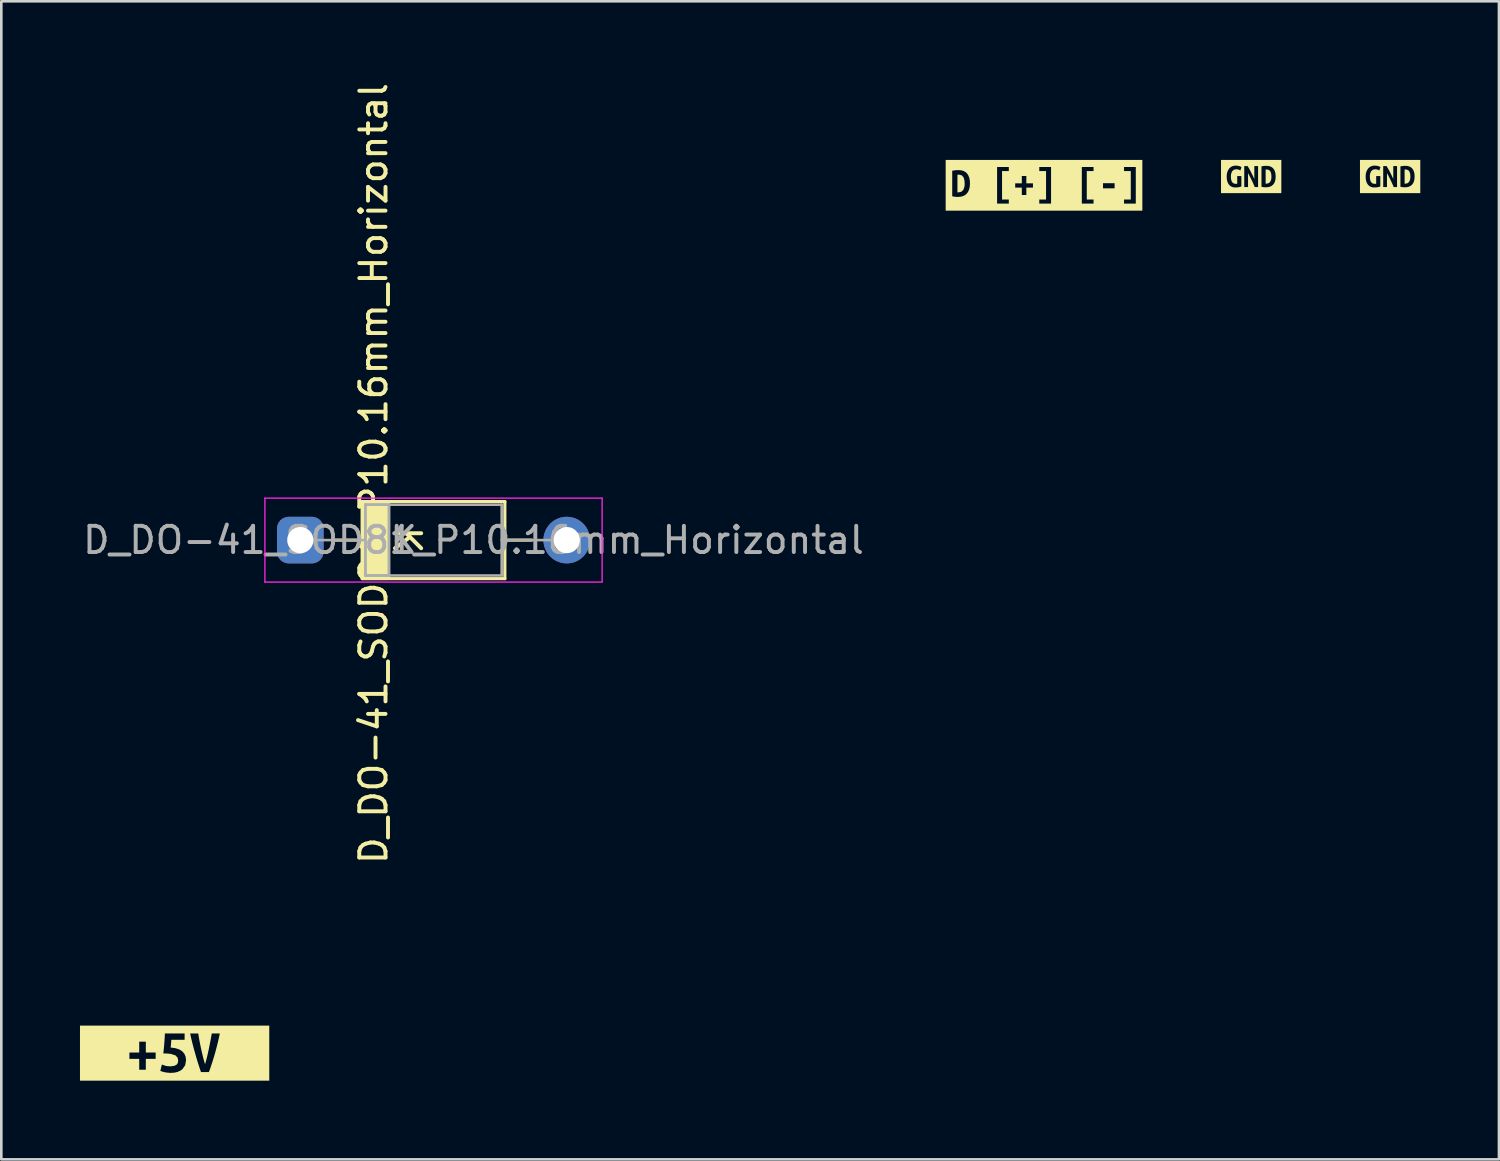
<source format=kicad_pcb>
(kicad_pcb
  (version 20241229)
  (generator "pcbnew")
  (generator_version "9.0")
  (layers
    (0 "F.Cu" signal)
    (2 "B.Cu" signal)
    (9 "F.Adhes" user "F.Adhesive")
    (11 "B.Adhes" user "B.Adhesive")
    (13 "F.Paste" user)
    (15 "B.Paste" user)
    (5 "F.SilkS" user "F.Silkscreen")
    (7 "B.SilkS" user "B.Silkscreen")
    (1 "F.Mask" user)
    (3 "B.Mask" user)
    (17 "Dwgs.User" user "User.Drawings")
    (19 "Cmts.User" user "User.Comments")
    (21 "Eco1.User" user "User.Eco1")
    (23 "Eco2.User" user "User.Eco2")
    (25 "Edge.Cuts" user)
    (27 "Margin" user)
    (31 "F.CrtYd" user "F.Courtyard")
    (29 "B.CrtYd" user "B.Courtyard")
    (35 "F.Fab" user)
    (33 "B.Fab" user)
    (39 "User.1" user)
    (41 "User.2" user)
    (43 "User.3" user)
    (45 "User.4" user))
  (footprint "kibuzzard-67A1FD26"
    (layer "F.Cu")
    (at 36.762 4.016)
    (property "Reference" "kibuzzard-67A1FD26" (at 0 -4.015 0) (layer "F.SilkS") (effects (font (size 0.001 0.001) (thickness 0.15))))
    (attr board_only exclude_from_pos_files exclude_from_bom)
    (fp_poly (pts (xy -3.301 0.27) (xy -3.284 0.271) (xy -3.266 0.271) (xy -3.152 0.246) (xy -3.078 0.174) (xy -3.037 0.067) (xy -3.028 0.002) (xy -3.025 -0.069) (xy -3.035 -0.195) (xy -3.069 -0.304) (xy -3.135 -0.379) (xy -3.243 -0.407) (xy -3.272 -0.406) (xy -3.301 -0.402) (xy -3.301 0.27)) (stroke (width 0) (type solid)) (fill yes) (layer "F.SilkS"))
    (fp_poly (pts (xy -3.75 -0.967) (xy -3.75 -0.967) (xy -3.75 0.967) (xy -3.75 0.967) (xy -3.287 0.967) (xy -3.287 0.444) (xy -3.391 0.439) (xy -3.5 0.42) (xy -3.5 -0.556) (xy -3.372 -0.575) (xy -3.261 -0.58) (xy -3.167 -0.573) (xy -3.081 -0.551) (xy -3.005 -0.514) (xy -2.943 -0.46) (xy -2.892 -0.389) (xy -2.855 -0.301) (xy -2.831 -0.195) (xy -2.823 -0.069) (xy -2.832 0.059) (xy -2.858 0.167) (xy -2.899 0.256) (xy -2.954 0.326) (xy -3.021 0.379) (xy -3.1 0.416) (xy -3.189 0.437) (xy -3.287 0.444) (xy -3.287 0.967) (xy -1.342 0.967) (xy -1.342 0.698) (xy -1.789 0.698) (xy -1.789 -0.698) (xy -1.342 -0.698) (xy -1.342 -0.543) (xy -1.6 -0.543) (xy -1.6 0.543) (xy -1.342 0.543) (xy -1.342 0.698) (xy -1.342 0.967) (xy -0.674 0.967) (xy -0.674 0.37) (xy -0.846 0.37) (xy -0.846 0.089) (xy -1.099 0.089) (xy -1.099 -0.074) (xy -0.846 -0.074) (xy -0.846 -0.355) (xy -0.674 -0.355) (xy -0.674 -0.074) (xy -0.421 -0.074) (xy -0.421 0.089) (xy -0.674 0.089) (xy -0.674 0.37) (xy -0.674 0.967) (xy 0.269 0.967) (xy 0.269 0.698) (xy -0.18 0.698) (xy -0.18 0.543) (xy 0.078 0.543) (xy 0.078 -0.543) (xy -0.18 -0.543) (xy -0.18 -0.698) (xy 0.269 -0.698) (xy 0.269 0.698) (xy 0.269 0.967) (xy 1.889 0.967) (xy 1.889 0.698) (xy 1.442 0.698) (xy 1.442 -0.698) (xy 1.889 -0.698) (xy 1.889 -0.543) (xy 1.631 -0.543) (xy 1.631 0.543) (xy 1.889 0.543) (xy 1.889 0.698) (xy 1.889 0.967) (xy 2.692 0.967) (xy 2.692 0.115) (xy 2.25 0.115) (xy 2.25 -0.081) (xy 2.692 -0.081) (xy 2.692 0.115) (xy 2.692 0.967) (xy 3.5 0.967) (xy 3.5 0.698) (xy 3.051 0.698) (xy 3.051 0.543) (xy 3.309 0.543) (xy 3.309 -0.543) (xy 3.051 -0.543) (xy 3.051 -0.698) (xy 3.5 -0.698) (xy 3.5 0.698) (xy 3.5 0.967) (xy 3.75 0.967) (xy 3.75 0.967) (xy 3.75 -0.967) (xy 3.75 -0.967) (xy -3.75 -0.967)) (stroke (width 0) (type solid)) (fill yes) (layer "F.SilkS")))
  (footprint "kibuzzard-67A122C1"
    (layer "F.Cu")
    (at 49.961 3.682)
    (property "Reference" "kibuzzard-67A122C1" (at 0 -3.681 0) (layer "F.SilkS") (effects (font (size 0.001 0.001) (thickness 0.15))))
    (attr board_only exclude_from_pos_files exclude_from_bom)
    (fp_poly (pts (xy 0.552 0.271) (xy 0.566 0.273) (xy 0.58 0.273) (xy 0.671 0.252) (xy 0.731 0.195) (xy 0.763 0.109) (xy 0.77 0.057) (xy 0.773 0) (xy 0.765 -0.101) (xy 0.738 -0.187) (xy 0.685 -0.247) (xy 0.598 -0.27) (xy 0.575 -0.269) (xy 0.552 -0.266) (xy 0.552 0.271)) (stroke (width 0) (type solid)) (fill yes) (layer "F.SilkS"))
    (fp_poly (pts (xy -0.934 -0.633) (xy -1.15 -0.633) (xy -1.15 0.633) (xy -0.934 0.633) (xy -0.607 0.633) (xy -0.607 0.417) (xy -0.679 0.411) (xy -0.742 0.391) (xy -0.798 0.358) (xy -0.845 0.312) (xy -0.883 0.253) (xy -0.911 0.182) (xy -0.929 0.097) (xy -0.934 0) (xy -0.928 -0.096) (xy -0.907 -0.18) (xy -0.875 -0.252) (xy -0.834 -0.311) (xy -0.783 -0.358) (xy -0.724 -0.391) (xy -0.658 -0.411) (xy -0.588 -0.417) (xy -0.505 -0.41) (xy -0.441 -0.394) (xy -0.396 -0.375) (xy -0.37 -0.359) (xy -0.411 -0.233) (xy -0.481 -0.265) (xy -0.566 -0.279) (xy -0.662 -0.258) (xy -0.726 -0.201) (xy -0.762 -0.113) (xy -0.77 -0.059) (xy -0.773 0) (xy -0.768 0.087) (xy -0.753 0.158) (xy -0.728 0.211) (xy -0.672 0.262) (xy -0.595 0.279) (xy -0.563 0.278) (xy -0.532 0.274) (xy -0.532 -0.018) (xy -0.374 -0.018) (xy -0.374 0.381) (xy -0.462 0.405) (xy -0.528 0.414) (xy -0.607 0.417) (xy -0.607 0.633) (xy 0.136 0.633) (xy 0.136 0.401) (xy 0.098 0.312) (xy 0.059 0.223) (xy 0.017 0.135) (xy -0.026 0.047) (xy -0.072 -0.042) (xy -0.12 -0.131) (xy -0.12 0.401) (xy -0.264 0.401) (xy -0.264 -0.399) (xy -0.136 -0.399) (xy -0.1 -0.34) (xy -0.063 -0.276) (xy -0.028 -0.21) (xy 0.007 -0.143) (xy 0.04 -0.079) (xy 0.07 -0.016) (xy 0.097 0.043) (xy 0.12 0.093) (xy 0.12 -0.399) (xy 0.264 -0.399) (xy 0.264 0.401) (xy 0.136 0.401) (xy 0.136 0.633) (xy 0.563 0.633) (xy 0.563 0.411) (xy 0.48 0.406) (xy 0.393 0.392) (xy 0.393 -0.389) (xy 0.495 -0.405) (xy 0.584 -0.408) (xy 0.66 -0.403) (xy 0.728 -0.385) (xy 0.789 -0.355) (xy 0.839 -0.312) (xy 0.879 -0.256) (xy 0.909 -0.185) (xy 0.928 -0.101) (xy 0.934 0) (xy 0.927 0.103) (xy 0.907 0.189) (xy 0.874 0.26) (xy 0.83 0.317) (xy 0.776 0.359) (xy 0.713 0.388) (xy 0.642 0.405) (xy 0.563 0.411) (xy 0.563 0.633) (xy 0.934 0.633) (xy 1.15 0.633) (xy 1.15 -0.633) (xy 0.934 -0.633) (xy -0.934 -0.633)) (stroke (width 0) (type solid)) (fill yes) (layer "F.SilkS")))
  (footprint "kibuzzard-67A122B8"
    (layer "F.Cu")
    (at 44.662 3.682)
    (property "Reference" "kibuzzard-67A122B8" (at 0 -3.681 0) (layer "F.SilkS") (effects (font (size 0.001 0.001) (thickness 0.15))))
    (attr board_only exclude_from_pos_files exclude_from_bom)
    (fp_poly (pts (xy 0.552 0.271) (xy 0.566 0.273) (xy 0.58 0.273) (xy 0.671 0.252) (xy 0.731 0.195) (xy 0.763 0.109) (xy 0.77 0.057) (xy 0.773 0) (xy 0.765 -0.101) (xy 0.738 -0.187) (xy 0.685 -0.247) (xy 0.598 -0.27) (xy 0.575 -0.269) (xy 0.552 -0.266) (xy 0.552 0.271)) (stroke (width 0) (type solid)) (fill yes) (layer "F.SilkS"))
    (fp_poly (pts (xy -0.934 -0.633) (xy -1.15 -0.633) (xy -1.15 0.633) (xy -0.934 0.633) (xy -0.607 0.633) (xy -0.607 0.417) (xy -0.679 0.411) (xy -0.742 0.391) (xy -0.798 0.358) (xy -0.845 0.312) (xy -0.883 0.253) (xy -0.911 0.182) (xy -0.929 0.097) (xy -0.934 0) (xy -0.928 -0.096) (xy -0.907 -0.18) (xy -0.875 -0.252) (xy -0.834 -0.311) (xy -0.783 -0.358) (xy -0.724 -0.391) (xy -0.658 -0.411) (xy -0.588 -0.417) (xy -0.505 -0.41) (xy -0.441 -0.394) (xy -0.396 -0.375) (xy -0.37 -0.359) (xy -0.411 -0.233) (xy -0.481 -0.265) (xy -0.566 -0.279) (xy -0.662 -0.258) (xy -0.726 -0.201) (xy -0.762 -0.113) (xy -0.77 -0.059) (xy -0.773 0) (xy -0.768 0.087) (xy -0.753 0.158) (xy -0.728 0.211) (xy -0.672 0.262) (xy -0.595 0.279) (xy -0.563 0.278) (xy -0.532 0.274) (xy -0.532 -0.018) (xy -0.374 -0.018) (xy -0.374 0.381) (xy -0.462 0.405) (xy -0.528 0.414) (xy -0.607 0.417) (xy -0.607 0.633) (xy 0.136 0.633) (xy 0.136 0.401) (xy 0.098 0.312) (xy 0.059 0.223) (xy 0.017 0.135) (xy -0.026 0.047) (xy -0.072 -0.042) (xy -0.12 -0.131) (xy -0.12 0.401) (xy -0.264 0.401) (xy -0.264 -0.399) (xy -0.136 -0.399) (xy -0.1 -0.34) (xy -0.063 -0.276) (xy -0.028 -0.21) (xy 0.007 -0.143) (xy 0.04 -0.079) (xy 0.07 -0.016) (xy 0.097 0.043) (xy 0.12 0.093) (xy 0.12 -0.399) (xy 0.264 -0.399) (xy 0.264 0.401) (xy 0.136 0.401) (xy 0.136 0.633) (xy 0.563 0.633) (xy 0.563 0.411) (xy 0.48 0.406) (xy 0.393 0.392) (xy 0.393 -0.389) (xy 0.495 -0.405) (xy 0.584 -0.408) (xy 0.66 -0.403) (xy 0.728 -0.385) (xy 0.789 -0.355) (xy 0.839 -0.312) (xy 0.879 -0.256) (xy 0.909 -0.185) (xy 0.928 -0.101) (xy 0.934 0) (xy 0.927 0.103) (xy 0.907 0.189) (xy 0.874 0.26) (xy 0.83 0.317) (xy 0.776 0.359) (xy 0.713 0.388) (xy 0.642 0.405) (xy 0.563 0.411) (xy 0.563 0.633) (xy 0.934 0.633) (xy 1.15 0.633) (xy 1.15 -0.633) (xy 0.934 -0.633) (xy -0.934 -0.633)) (stroke (width 0) (type solid)) (fill yes) (layer "F.SilkS")))
  (footprint "kibuzzard-6461C6D4"
    (layer "F.Cu")
    (at 3.609 37.111)
    (property "Reference" "kibuzzard-6461C6D4" (at 0 -4.098 0) (layer "F.SilkS") (effects (font (size 0.001 0.001) (thickness 0.15))))
    (attr board_only exclude_from_pos_files exclude_from_bom)
    (fp_poly (pts (xy -1.724 -1.05) (xy -3.609 -1.05) (xy -3.609 1.05) (xy -1.724 1.05) (xy -1.098 1.05) (xy -1.098 0.631) (xy -1.35 0.631) (xy -1.35 0.217) (xy -1.724 0.217) (xy -1.724 -0.024) (xy -1.35 -0.024) (xy -1.35 -0.438) (xy -1.098 -0.438) (xy -1.098 -0.024) (xy -0.724 -0.024) (xy -0.724 0.217) (xy -1.098 0.217) (xy -1.098 0.631) (xy -1.098 1.05) (xy -0.148 1.05) (xy -0.148 0.752) (xy -0.264 0.745) (xy -0.379 0.727) (xy -0.477 0.702) (xy -0.545 0.676) (xy -0.486 0.433) (xy -0.352 0.481) (xy -0.261 0.497) (xy -0.15 0.502) (xy -0.008 0.483) (xy 0.08 0.435) (xy 0.124 0.367) (xy 0.136 0.288) (xy 0.115 0.175) (xy 0.035 0.087) (xy -0.138 0.03) (xy -0.267 0.015) (xy -0.431 0.01) (xy -0.41 -0.188) (xy -0.393 -0.382) (xy -0.38 -0.571) (xy -0.371 -0.752) (xy 0.381 -0.752) (xy 0.381 -0.51) (xy -0.126 -0.51) (xy -0.138 -0.35) (xy -0.15 -0.214) (xy 0.03 -0.19) (xy 0.177 -0.142) (xy 0.291 -0.071) (xy 0.371 0.022) (xy 0.42 0.138) (xy 0.436 0.276) (xy 0.4 0.466) (xy 0.291 0.617) (xy 0.208 0.674) (xy 0.107 0.717) (xy -0.011 0.744) (xy -0.148 0.752) (xy -0.148 1.05) (xy 1.005 1.05) (xy 1.005 0.722) (xy 0.946 0.546) (xy 0.883 0.35) (xy 0.841 0.212) (xy 0.801 0.074) (xy 0.762 -0.063) (xy 0.725 -0.198) (xy 0.691 -0.328) (xy 0.66 -0.452) (xy 0.62 -0.619) (xy 0.593 -0.752) (xy 0.902 -0.752) (xy 0.92 -0.629) (xy 0.945 -0.487) (xy 0.975 -0.333) (xy 1.008 -0.175) (xy 1.044 -0.015) (xy 1.082 0.142) (xy 1.121 0.29) (xy 1.16 0.421) (xy 1.198 0.291) (xy 1.236 0.144) (xy 1.273 -0.013) (xy 1.307 -0.173) (xy 1.339 -0.331) (xy 1.369 -0.486) (xy 1.395 -0.629) (xy 1.417 -0.752) (xy 1.724 -0.752) (xy 1.692 -0.601) (xy 1.654 -0.433) (xy 1.609 -0.253) (xy 1.559 -0.063) (xy 1.522 0.067) (xy 1.482 0.199) (xy 1.441 0.332) (xy 1.397 0.465) (xy 1.353 0.595) (xy 1.307 0.722) (xy 1.005 0.722) (xy 1.005 1.05) (xy 1.724 1.05) (xy 3.609 1.05) (xy 3.609 -1.05) (xy 1.724 -1.05) (xy -1.724 -1.05)) (stroke (width 0) (type solid)) (fill yes) (layer "F.SilkS")))
  (footprint "D_DO-41_SOD81_P10.16mm_Horizontal"
    (layer "F.Cu")
    (at 8.402 17.546)
    (property "Reference" "D_DO-41_SOD81_P10.16mm_Horizontal" (at 2.794 -2.54 90) (layer "F.SilkS") (effects (font (size 1 1) (thickness 0.15))))
    (attr through_hole)
    (fp_line (start 1.34 0) (end 2.36 0) (stroke (width 0.12) (type solid)) (layer "F.SilkS"))
    (fp_line (start 2.36 -1.47) (end 2.36 1.47) (stroke (width 0.12) (type solid)) (layer "F.SilkS"))
    (fp_line (start 2.36 1.47) (end 7.8 1.47) (stroke (width 0.12) (type solid)) (layer "F.SilkS"))
    (fp_line (start 7.8 -1.47) (end 2.36 -1.47) (stroke (width 0.12) (type solid)) (layer "F.SilkS"))
    (fp_line (start 7.8 1.47) (end 7.8 -1.47) (stroke (width 0.12) (type solid)) (layer "F.SilkS"))
    (fp_line (start 8.82 0) (end 7.8 0) (stroke (width 0.12) (type solid)) (layer "F.SilkS"))
    (fp_rect (start 2.36 -1.47) (end 3.378 1.473) (stroke (width 0.1) (type solid)) (fill yes) (layer "F.SilkS"))
    (fp_line (start -1.35 -1.6) (end -1.35 1.6) (stroke (width 0.05) (type solid)) (layer "F.CrtYd"))
    (fp_line (start -1.35 1.6) (end 11.51 1.6) (stroke (width 0.05) (type solid)) (layer "F.CrtYd"))
    (fp_line (start 11.51 -1.6) (end -1.35 -1.6) (stroke (width 0.05) (type solid)) (layer "F.CrtYd"))
    (fp_line (start 11.51 1.6) (end 11.51 -1.6) (stroke (width 0.05) (type solid)) (layer "F.CrtYd"))
    (fp_line (start 0 0) (end 2.48 0) (stroke (width 0.1) (type solid)) (layer "F.Fab"))
    (fp_line (start 2.48 -1.35) (end 2.48 1.35) (stroke (width 0.1) (type solid)) (layer "F.Fab"))
    (fp_line (start 2.48 1.35) (end 7.68 1.35) (stroke (width 0.1) (type solid)) (layer "F.Fab"))
    (fp_line (start 7.68 -1.35) (end 2.48 -1.35) (stroke (width 0.1) (type solid)) (layer "F.Fab"))
    (fp_line (start 7.68 1.35) (end 7.68 -1.35) (stroke (width 0.1) (type solid)) (layer "F.Fab"))
    (fp_line (start 10.16 0) (end 7.68 0) (stroke (width 0.1) (type solid)) (layer "F.Fab"))
    (fp_rect (start 2.48 -1.35) (end 3.378 1.346) (stroke (width 0.1) (type solid)) (fill no) (layer "F.Fab"))
    (fp_text user "K" (at 4.064 0 270) (unlocked yes) (layer "F.SilkS") (effects (font (size 1 1) (thickness 0.15))))
    (fp_text user "K" (at 3.937 0 0) (layer "F.Fab") (effects (font (size 1 1) (thickness 0.15))))
    (fp_text user "${REFERENCE}" (at 6.604 0 0) (layer "F.Fab") (effects (font (size 1 1) (thickness 0.15))))
    (pad "1" thru_hole roundrect (at 0 0) (size 1.778 1.778) (drill 1) (layers "*.Cu" "*.Mask") (roundrect_rratio 0.25))
    (pad "2" thru_hole oval (at 10.16 0) (size 1.778 1.778) (drill 1) (layers "*.Cu" "*.Mask")))
  (gr_rect
    (start -3 -3)
    (end 54.111 41.161)
    (stroke (width 0.1) (type default))
    (fill no)
    (layer "Edge.Cuts")))
</source>
